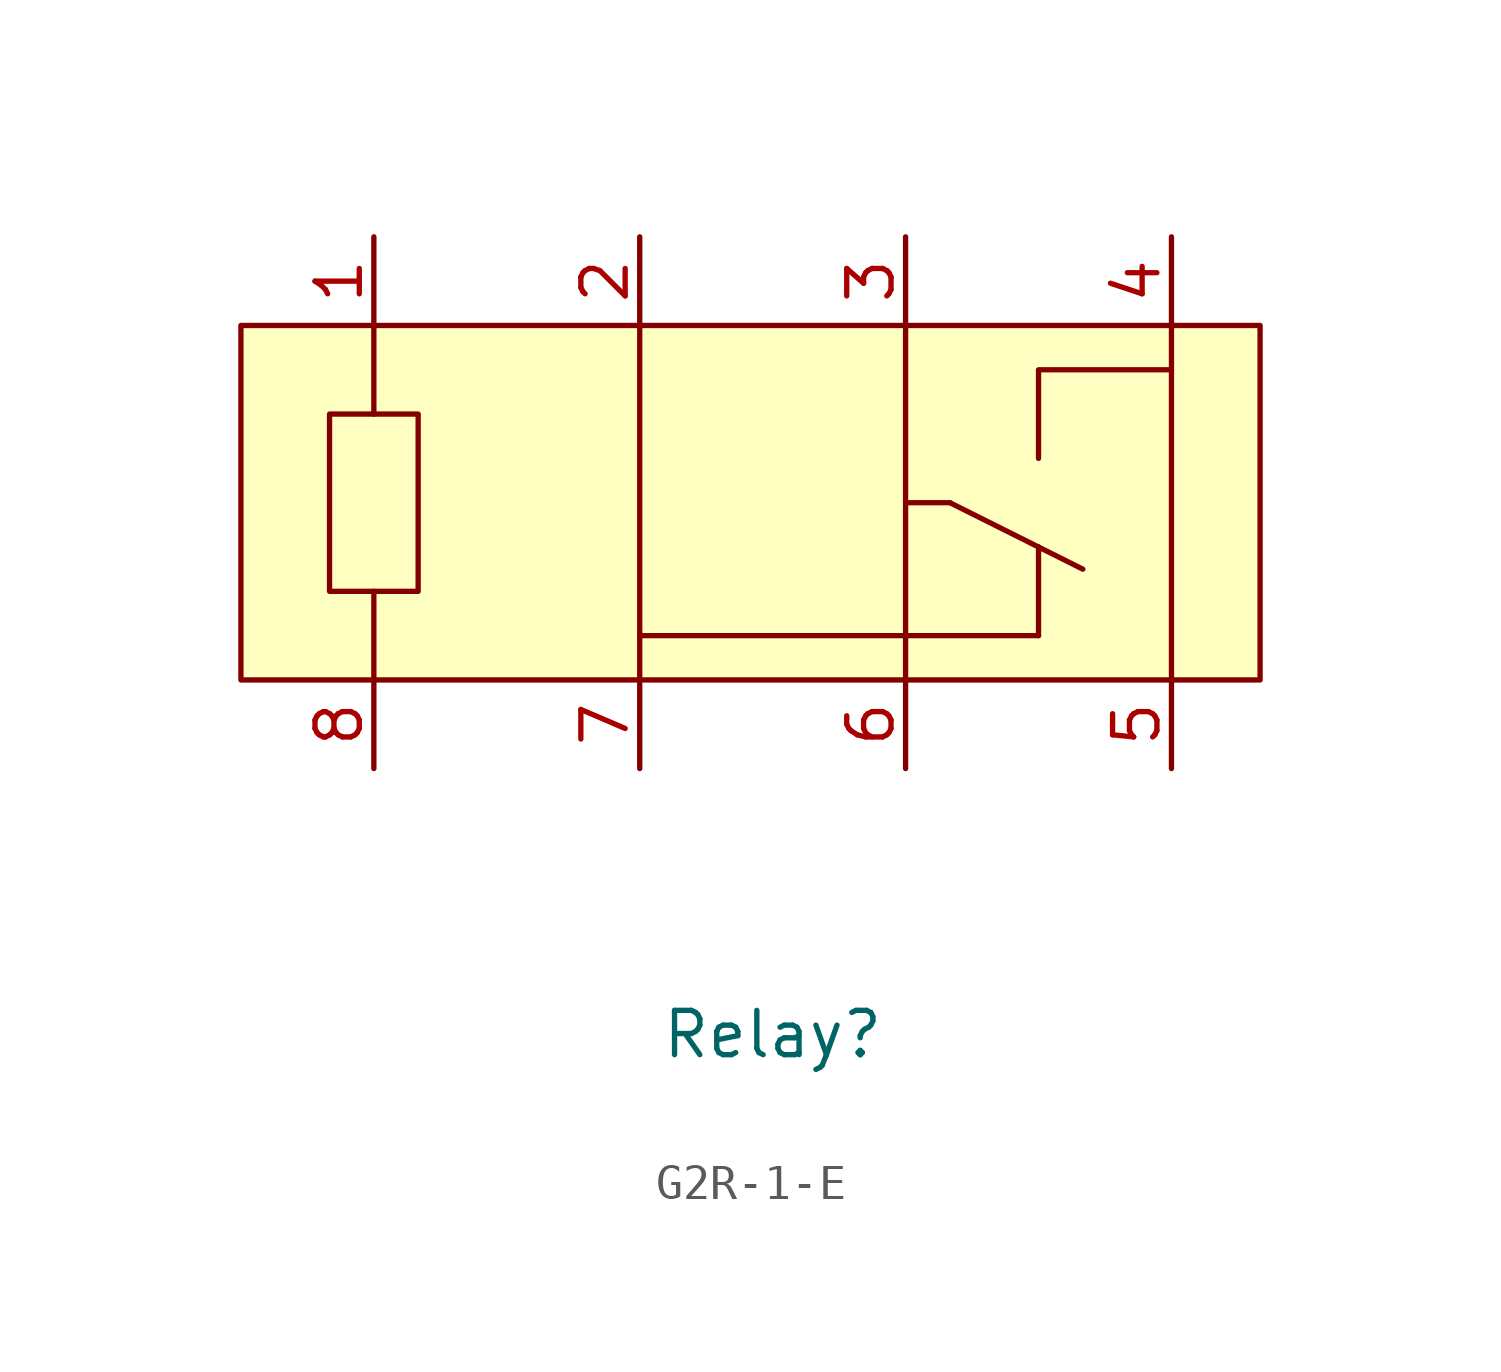
<source format=kicad_sym>
(kicad_symbol_lib
  (version 20220914)
  (generator kicad_symbol_editor)
  (symbol "G2R-1-E"
    (pin_names hide)
    (property "Reference" "Relay"
      (at 0 -15.24 0)
      (effects (font (size 1.27 1.27))))
    (property "Value" ""
      (at 1.27 -11.43 0)
      (effects (font (size 1.27 1.27))))
    (symbol "G2R-1-E_0_0"
      (pin unspecified line (at -11.43 7.62 270) (length 2.54) (name "1" (effects (font (size 1.27 1.27)))) (number "1" (effects (font (size 1.27 1.27)))))
      (pin unspecified line (at -3.81 7.62 270) (length 2.54) (name "2" (effects (font (size 1.27 1.27)))) (number "2" (effects (font (size 1.27 1.27)))))
      (pin unspecified line (at 3.81 7.62 270) (length 2.54) (name "3" (effects (font (size 1.27 1.27)))) (number "3" (effects (font (size 1.27 1.27)))))
      (pin unspecified line (at 11.43 7.62 270) (length 2.54) (name "4" (effects (font (size 1.27 1.27)))) (number "4" (effects (font (size 1.27 1.27)))))
      (pin unspecified line (at 11.43 -7.62 90) (length 2.54) (name "5" (effects (font (size 1.27 1.27)))) (number "5" (effects (font (size 1.27 1.27)))))
      (pin unspecified line (at 3.81 -7.62 90) (length 2.54) (name "6" (effects (font (size 1.27 1.27)))) (number "6" (effects (font (size 1.27 1.27)))))
      (pin unspecified line (at -3.81 -7.62 90) (length 2.54) (name "7" (effects (font (size 1.27 1.27)))) (number "7" (effects (font (size 1.27 1.27)))))
      (pin unspecified line (at -11.43 -7.62 90) (length 2.54) (name "8" (effects (font (size 1.27 1.27)))) (number "8" (effects (font (size 1.27 1.27))))))
    (symbol "G2R-1-E_0_1"
      (rectangle (start -12.7 2.54) (end -10.16 -2.54) (stroke (width 0) (type default)) (fill (type none)))
      (polyline (pts (xy -11.43 -2.54) (xy -11.43 -5.08)) (stroke (width 0) (type default)) (fill (type none)))
      (polyline (pts (xy -11.43 2.54) (xy -11.43 5.08)) (stroke (width 0) (type default)) (fill (type none)))
      (polyline (pts (xy -3.81 5.08) (xy -3.81 -5.08)) (stroke (width 0) (type default)) (fill (type none)))
      (polyline (pts (xy 3.81 0) (xy 5.08 0)) (stroke (width 0) (type default)) (fill (type none)))
      (polyline (pts (xy 3.81 5.08) (xy 3.81 -5.08)) (stroke (width 0) (type default)) (fill (type none)))
      (polyline (pts (xy 5.08 0) (xy 7.62 -1.27)) (stroke (width 0) (type default)) (fill (type none)))
      (polyline (pts (xy 7.62 -3.81) (xy -3.81 -3.81)) (stroke (width 0) (type default)) (fill (type none)))
      (polyline (pts (xy 7.62 -1.27) (xy 7.62 -3.81)) (stroke (width 0) (type default)) (fill (type none)))
      (polyline (pts (xy 7.62 -1.27) (xy 8.89 -1.905)) (stroke (width 0) (type default)) (fill (type none)))
      (polyline (pts (xy 11.43 -5.08) (xy 11.43 5.08)) (stroke (width 0) (type default)) (fill (type none)))
      (polyline (pts (xy 7.62 1.27) (xy 7.62 3.81) (xy 11.43 3.81)) (stroke (width 0) (type default)) (fill (type none))))
    (symbol "G2R-1-E_1_1"
      (rectangle (start -15.24 5.08) (end 13.97 -5.08) (stroke (width 0) (type default)) (fill (type background))))))
</source>
